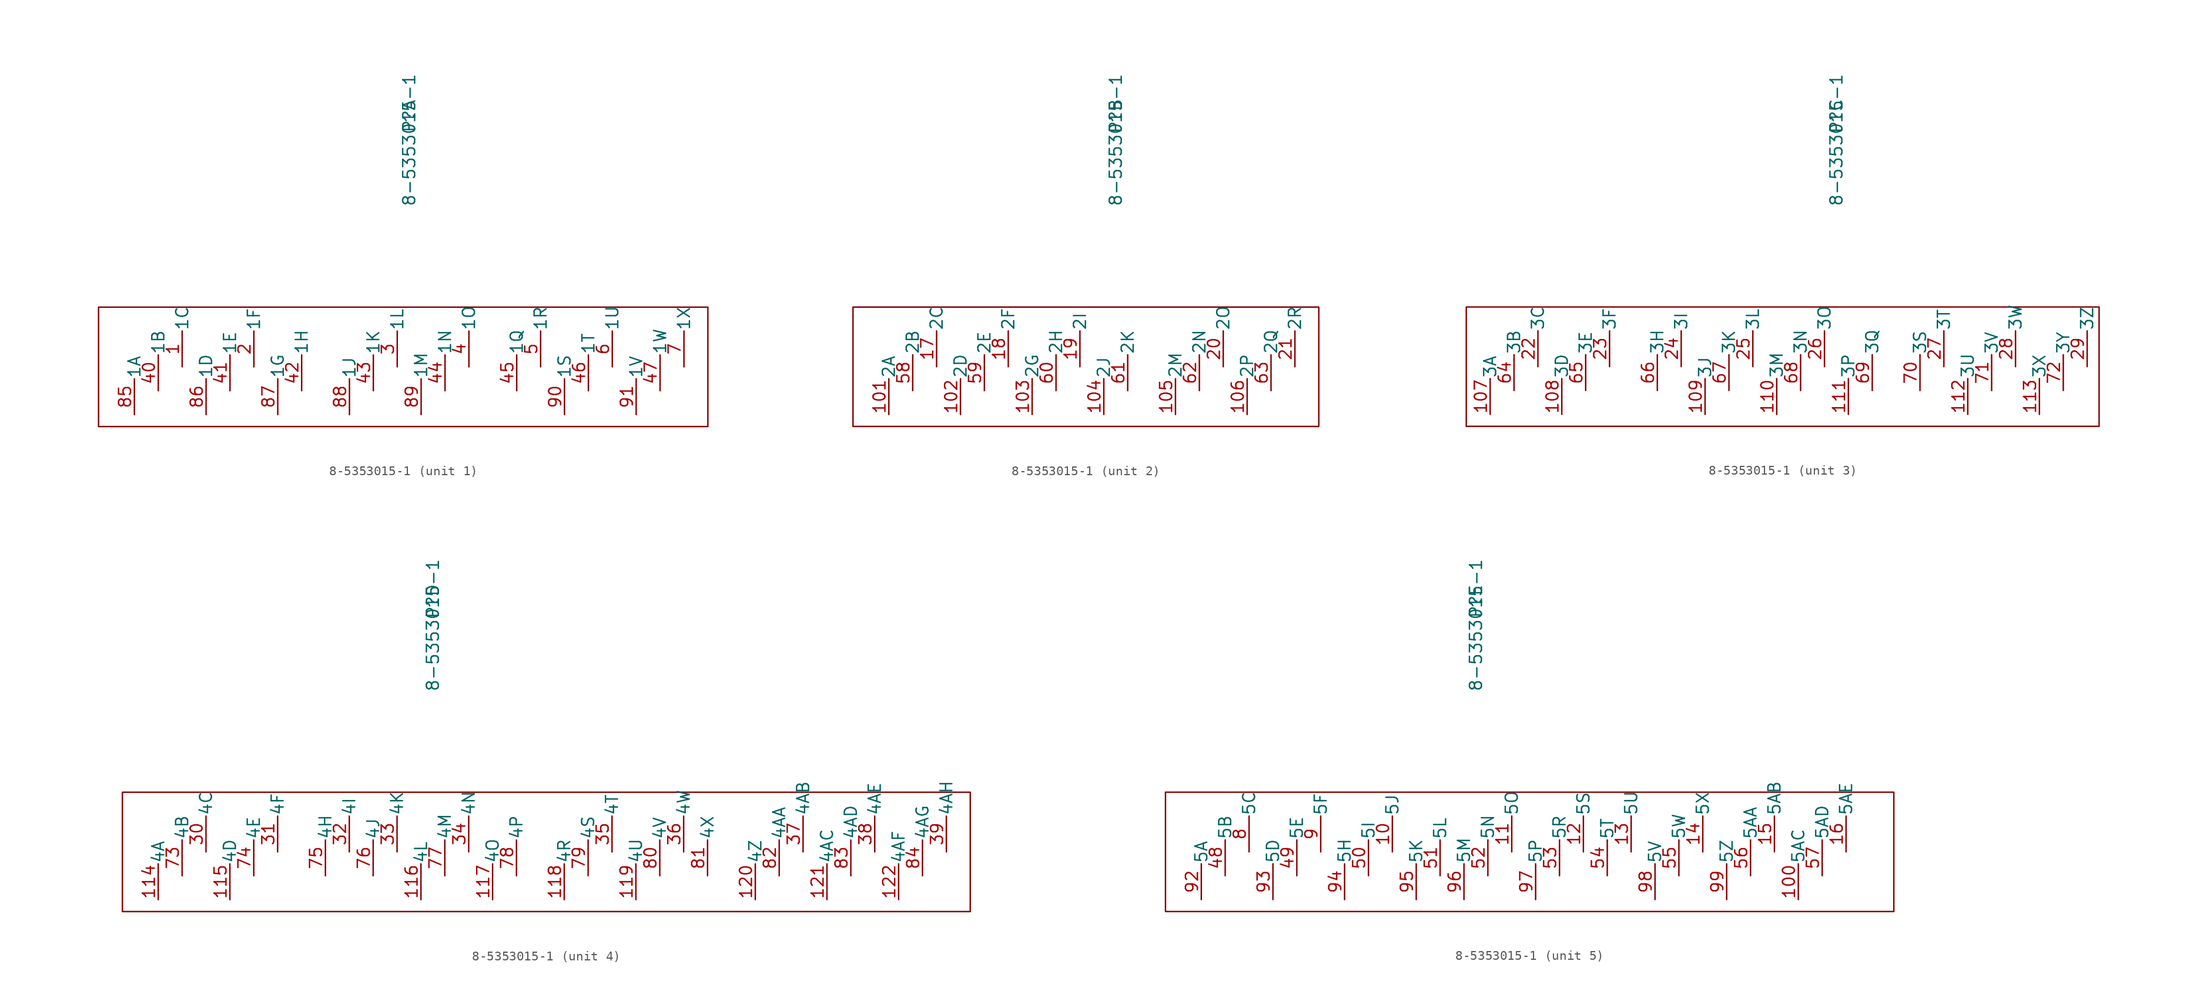
<source format=kicad_sym>
(kicad_symbol_lib
  (version 20211014)
  (generator kicad_symbol_editor)
  (symbol "8-5353015-1"
    (pin_names
      (offset 0.025))
    (property "Reference" "P"
      (at 3.81 22.86 90)
      (effects (font (size 1.27 1.27))))
    (property "Value" "8-5353015-1"
      (at 3.81 20.32 90)
      (effects (font (size 1.27 1.27))))
    (symbol "8-5353015-1_1_0"
      (rectangle (start -29.21 2.54) (end 35.56 -10.16) (stroke (width 0) (type default) (color 0 0 0 0)) (fill (type none))))
    (symbol "8-5353015-1_1_1"
      (pin passive line (at -20.32 -3.81 90) (length 3.81) (name "1C" (effects (font (size 1.27 1.27)))) (number "1" (effects (font (size 1.27 1.27)))))
      (pin passive line (at -12.7 -3.81 90) (length 3.81) (name "1F" (effects (font (size 1.27 1.27)))) (number "2" (effects (font (size 1.27 1.27)))))
      (pin passive line (at 2.54 -3.81 90) (length 3.81) (name "1L" (effects (font (size 1.27 1.27)))) (number "3" (effects (font (size 1.27 1.27)))))
      (pin passive line (at 10.16 -3.81 90) (length 3.81) (name "1O" (effects (font (size 1.27 1.27)))) (number "4" (effects (font (size 1.27 1.27)))))
      (pin passive line (at -22.86 -6.35 90) (length 3.81) (name "1B" (effects (font (size 1.27 1.27)))) (number "40" (effects (font (size 1.27 1.27)))))
      (pin passive line (at -15.24 -6.35 90) (length 3.81) (name "1E" (effects (font (size 1.27 1.27)))) (number "41" (effects (font (size 1.27 1.27)))))
      (pin passive line (at -7.62 -6.35 90) (length 3.81) (name "1H" (effects (font (size 1.27 1.27)))) (number "42" (effects (font (size 1.27 1.27)))))
      (pin passive line (at 0 -6.35 90) (length 3.81) (name "1K" (effects (font (size 1.27 1.27)))) (number "43" (effects (font (size 1.27 1.27)))))
      (pin passive line (at 7.62 -6.35 90) (length 3.81) (name "1N" (effects (font (size 1.27 1.27)))) (number "44" (effects (font (size 1.27 1.27)))))
      (pin passive line (at 15.24 -6.35 90) (length 3.81) (name "1Q" (effects (font (size 1.27 1.27)))) (number "45" (effects (font (size 1.27 1.27)))))
      (pin passive line (at 22.86 -6.35 90) (length 3.81) (name "1T" (effects (font (size 1.27 1.27)))) (number "46" (effects (font (size 1.27 1.27)))))
      (pin passive line (at 30.48 -6.35 90) (length 3.81) (name "1W" (effects (font (size 1.27 1.27)))) (number "47" (effects (font (size 1.27 1.27)))))
      (pin passive line (at 17.78 -3.81 90) (length 3.81) (name "1R" (effects (font (size 1.27 1.27)))) (number "5" (effects (font (size 1.27 1.27)))))
      (pin passive line (at 25.4 -3.81 90) (length 3.81) (name "1U" (effects (font (size 1.27 1.27)))) (number "6" (effects (font (size 1.27 1.27)))))
      (pin passive line (at 33.02 -3.81 90) (length 3.81) (name "1X" (effects (font (size 1.27 1.27)))) (number "7" (effects (font (size 1.27 1.27)))))
      (pin passive line (at -25.4 -8.89 90) (length 3.81) (name "1A" (effects (font (size 1.27 1.27)))) (number "85" (effects (font (size 1.27 1.27)))))
      (pin passive line (at -17.78 -8.89 90) (length 3.81) (name "1D" (effects (font (size 1.27 1.27)))) (number "86" (effects (font (size 1.27 1.27)))))
      (pin passive line (at -10.16 -8.89 90) (length 3.81) (name "1G" (effects (font (size 1.27 1.27)))) (number "87" (effects (font (size 1.27 1.27)))))
      (pin passive line (at -2.54 -8.89 90) (length 3.81) (name "1J" (effects (font (size 1.27 1.27)))) (number "88" (effects (font (size 1.27 1.27)))))
      (pin passive line (at 5.08 -8.89 90) (length 3.81) (name "1M" (effects (font (size 1.27 1.27)))) (number "89" (effects (font (size 1.27 1.27)))))
      (pin passive line (at 20.32 -8.89 90) (length 3.81) (name "1S" (effects (font (size 1.27 1.27)))) (number "90" (effects (font (size 1.27 1.27)))))
      (pin passive line (at 27.94 -8.89 90) (length 3.81) (name "1V" (effects (font (size 1.27 1.27)))) (number "91" (effects (font (size 1.27 1.27))))))
    (symbol "8-5353015-1_2_0"
      (rectangle (start -24.13 2.54) (end 25.4 -10.16) (stroke (width 0) (type default) (color 0 0 0 0)) (fill (type none))))
    (symbol "8-5353015-1_2_1"
      (pin passive line (at -20.32 -8.89 90) (length 3.81) (name "2A" (effects (font (size 1.27 1.27)))) (number "101" (effects (font (size 1.27 1.27)))))
      (pin passive line (at -12.7 -8.89 90) (length 3.81) (name "2D" (effects (font (size 1.27 1.27)))) (number "102" (effects (font (size 1.27 1.27)))))
      (pin passive line (at -5.08 -8.89 90) (length 3.81) (name "2G" (effects (font (size 1.27 1.27)))) (number "103" (effects (font (size 1.27 1.27)))))
      (pin passive line (at 2.54 -8.89 90) (length 3.81) (name "2J" (effects (font (size 1.27 1.27)))) (number "104" (effects (font (size 1.27 1.27)))))
      (pin passive line (at 10.16 -8.89 90) (length 3.81) (name "2M" (effects (font (size 1.27 1.27)))) (number "105" (effects (font (size 1.27 1.27)))))
      (pin passive line (at 17.78 -8.89 90) (length 3.81) (name "2P" (effects (font (size 1.27 1.27)))) (number "106" (effects (font (size 1.27 1.27)))))
      (pin passive line (at -15.24 -3.81 90) (length 3.81) (name "2C" (effects (font (size 1.27 1.27)))) (number "17" (effects (font (size 1.27 1.27)))))
      (pin passive line (at -7.62 -3.81 90) (length 3.81) (name "2F" (effects (font (size 1.27 1.27)))) (number "18" (effects (font (size 1.27 1.27)))))
      (pin passive line (at 0 -3.81 90) (length 3.81) (name "2I" (effects (font (size 1.27 1.27)))) (number "19" (effects (font (size 1.27 1.27)))))
      (pin passive line (at 15.24 -3.81 90) (length 3.81) (name "2O" (effects (font (size 1.27 1.27)))) (number "20" (effects (font (size 1.27 1.27)))))
      (pin passive line (at 22.86 -3.81 90) (length 3.81) (name "2R" (effects (font (size 1.27 1.27)))) (number "21" (effects (font (size 1.27 1.27)))))
      (pin passive line (at -17.78 -6.35 90) (length 3.81) (name "2B" (effects (font (size 1.27 1.27)))) (number "58" (effects (font (size 1.27 1.27)))))
      (pin passive line (at -10.16 -6.35 90) (length 3.81) (name "2E" (effects (font (size 1.27 1.27)))) (number "59" (effects (font (size 1.27 1.27)))))
      (pin passive line (at -2.54 -6.35 90) (length 3.81) (name "2H" (effects (font (size 1.27 1.27)))) (number "60" (effects (font (size 1.27 1.27)))))
      (pin passive line (at 5.08 -6.35 90) (length 3.81) (name "2K" (effects (font (size 1.27 1.27)))) (number "61" (effects (font (size 1.27 1.27)))))
      (pin passive line (at 12.7 -6.35 90) (length 3.81) (name "2N" (effects (font (size 1.27 1.27)))) (number "62" (effects (font (size 1.27 1.27)))))
      (pin passive line (at 20.32 -6.35 90) (length 3.81) (name "2Q" (effects (font (size 1.27 1.27)))) (number "63" (effects (font (size 1.27 1.27))))))
    (symbol "8-5353015-1_3_0"
      (rectangle (start 31.75 -10.16) (end -35.56 2.54) (stroke (width 0) (type default) (color 0 0 0 0)) (fill (type none))))
    (symbol "8-5353015-1_3_1"
      (pin passive line (at -33.02 -8.89 90) (length 3.81) (name "3A" (effects (font (size 1.27 1.27)))) (number "107" (effects (font (size 1.27 1.27)))))
      (pin passive line (at -25.4 -8.89 90) (length 3.81) (name "3D" (effects (font (size 1.27 1.27)))) (number "108" (effects (font (size 1.27 1.27)))))
      (pin passive line (at -10.16 -8.89 90) (length 3.81) (name "3J" (effects (font (size 1.27 1.27)))) (number "109" (effects (font (size 1.27 1.27)))))
      (pin passive line (at -2.54 -8.89 90) (length 3.81) (name "3M" (effects (font (size 1.27 1.27)))) (number "110" (effects (font (size 1.27 1.27)))))
      (pin passive line (at 5.08 -8.89 90) (length 3.81) (name "3P" (effects (font (size 1.27 1.27)))) (number "111" (effects (font (size 1.27 1.27)))))
      (pin passive line (at 17.78 -8.89 90) (length 3.81) (name "3U" (effects (font (size 1.27 1.27)))) (number "112" (effects (font (size 1.27 1.27)))))
      (pin passive line (at 25.4 -8.89 90) (length 3.81) (name "3X" (effects (font (size 1.27 1.27)))) (number "113" (effects (font (size 1.27 1.27)))))
      (pin passive line (at -27.94 -3.81 90) (length 3.81) (name "3C" (effects (font (size 1.27 1.27)))) (number "22" (effects (font (size 1.27 1.27)))))
      (pin passive line (at -20.32 -3.81 90) (length 3.81) (name "3F" (effects (font (size 1.27 1.27)))) (number "23" (effects (font (size 1.27 1.27)))))
      (pin passive line (at -12.7 -3.81 90) (length 3.81) (name "3I" (effects (font (size 1.27 1.27)))) (number "24" (effects (font (size 1.27 1.27)))))
      (pin passive line (at -5.08 -3.81 90) (length 3.81) (name "3L" (effects (font (size 1.27 1.27)))) (number "25" (effects (font (size 1.27 1.27)))))
      (pin passive line (at 2.54 -3.81 90) (length 3.81) (name "3O" (effects (font (size 1.27 1.27)))) (number "26" (effects (font (size 1.27 1.27)))))
      (pin passive line (at 15.24 -3.81 90) (length 3.81) (name "3T" (effects (font (size 1.27 1.27)))) (number "27" (effects (font (size 1.27 1.27)))))
      (pin passive line (at 22.86 -3.81 90) (length 3.81) (name "3W" (effects (font (size 1.27 1.27)))) (number "28" (effects (font (size 1.27 1.27)))))
      (pin passive line (at 30.48 -3.81 90) (length 3.81) (name "3Z" (effects (font (size 1.27 1.27)))) (number "29" (effects (font (size 1.27 1.27)))))
      (pin passive line (at -30.48 -6.35 90) (length 3.81) (name "3B" (effects (font (size 1.27 1.27)))) (number "64" (effects (font (size 1.27 1.27)))))
      (pin passive line (at -22.86 -6.35 90) (length 3.81) (name "3E" (effects (font (size 1.27 1.27)))) (number "65" (effects (font (size 1.27 1.27)))))
      (pin passive line (at -15.24 -6.35 90) (length 3.81) (name "3H" (effects (font (size 1.27 1.27)))) (number "66" (effects (font (size 1.27 1.27)))))
      (pin passive line (at -7.62 -6.35 90) (length 3.81) (name "3K" (effects (font (size 1.27 1.27)))) (number "67" (effects (font (size 1.27 1.27)))))
      (pin passive line (at 0 -6.35 90) (length 3.81) (name "3N" (effects (font (size 1.27 1.27)))) (number "68" (effects (font (size 1.27 1.27)))))
      (pin passive line (at 7.62 -6.35 90) (length 3.81) (name "3Q" (effects (font (size 1.27 1.27)))) (number "69" (effects (font (size 1.27 1.27)))))
      (pin passive line (at 12.7 -6.35 90) (length 3.81) (name "3S" (effects (font (size 1.27 1.27)))) (number "70" (effects (font (size 1.27 1.27)))))
      (pin passive line (at 20.32 -6.35 90) (length 3.81) (name "3V" (effects (font (size 1.27 1.27)))) (number "71" (effects (font (size 1.27 1.27)))))
      (pin passive line (at 27.94 -6.35 90) (length 3.81) (name "3Y" (effects (font (size 1.27 1.27)))) (number "72" (effects (font (size 1.27 1.27))))))
    (symbol "8-5353015-1_4_0"
      (rectangle (start -29.21 2.54) (end 60.96 -10.16) (stroke (width 0) (type default) (color 0 0 0 0)) (fill (type none))))
    (symbol "8-5353015-1_4_1"
      (pin passive line (at -25.4 -8.89 90) (length 3.81) (name "4A" (effects (font (size 1.27 1.27)))) (number "114" (effects (font (size 1.27 1.27)))))
      (pin passive line (at -17.78 -8.89 90) (length 3.81) (name "4D" (effects (font (size 1.27 1.27)))) (number "115" (effects (font (size 1.27 1.27)))))
      (pin passive line (at 2.54 -8.89 90) (length 3.81) (name "4L" (effects (font (size 1.27 1.27)))) (number "116" (effects (font (size 1.27 1.27)))))
      (pin passive line (at 10.16 -8.89 90) (length 3.81) (name "4O" (effects (font (size 1.27 1.27)))) (number "117" (effects (font (size 1.27 1.27)))))
      (pin passive line (at 17.78 -8.89 90) (length 3.81) (name "4R" (effects (font (size 1.27 1.27)))) (number "118" (effects (font (size 1.27 1.27)))))
      (pin passive line (at 25.4 -8.89 90) (length 3.81) (name "4U" (effects (font (size 1.27 1.27)))) (number "119" (effects (font (size 1.27 1.27)))))
      (pin passive line (at 38.1 -8.89 90) (length 3.81) (name "4Z" (effects (font (size 1.27 1.27)))) (number "120" (effects (font (size 1.27 1.27)))))
      (pin passive line (at 45.72 -8.89 90) (length 3.81) (name "4AC" (effects (font (size 1.27 1.27)))) (number "121" (effects (font (size 1.27 1.27)))))
      (pin passive line (at 53.34 -8.89 90) (length 3.81) (name "4AF" (effects (font (size 1.27 1.27)))) (number "122" (effects (font (size 1.27 1.27)))))
      (pin passive line (at -20.32 -3.81 90) (length 3.81) (name "4C" (effects (font (size 1.27 1.27)))) (number "30" (effects (font (size 1.27 1.27)))))
      (pin passive line (at -12.7 -3.81 90) (length 3.81) (name "4F" (effects (font (size 1.27 1.27)))) (number "31" (effects (font (size 1.27 1.27)))))
      (pin passive line (at -5.08 -3.81 90) (length 3.81) (name "4I" (effects (font (size 1.27 1.27)))) (number "32" (effects (font (size 1.27 1.27)))))
      (pin passive line (at 0 -3.81 90) (length 3.81) (name "4K" (effects (font (size 1.27 1.27)))) (number "33" (effects (font (size 1.27 1.27)))))
      (pin passive line (at 7.62 -3.81 90) (length 3.81) (name "4N" (effects (font (size 1.27 1.27)))) (number "34" (effects (font (size 1.27 1.27)))))
      (pin passive line (at 22.86 -3.81 90) (length 3.81) (name "4T" (effects (font (size 1.27 1.27)))) (number "35" (effects (font (size 1.27 1.27)))))
      (pin passive line (at 30.48 -3.81 90) (length 3.81) (name "4W" (effects (font (size 1.27 1.27)))) (number "36" (effects (font (size 1.27 1.27)))))
      (pin passive line (at 43.18 -3.81 90) (length 3.81) (name "4AB" (effects (font (size 1.27 1.27)))) (number "37" (effects (font (size 1.27 1.27)))))
      (pin passive line (at 50.8 -3.81 90) (length 3.81) (name "4AE" (effects (font (size 1.27 1.27)))) (number "38" (effects (font (size 1.27 1.27)))))
      (pin passive line (at 58.42 -3.81 90) (length 3.81) (name "4AH" (effects (font (size 1.27 1.27)))) (number "39" (effects (font (size 1.27 1.27)))))
      (pin passive line (at -22.86 -6.35 90) (length 3.81) (name "4B" (effects (font (size 1.27 1.27)))) (number "73" (effects (font (size 1.27 1.27)))))
      (pin passive line (at -15.24 -6.35 90) (length 3.81) (name "4E" (effects (font (size 1.27 1.27)))) (number "74" (effects (font (size 1.27 1.27)))))
      (pin passive line (at -7.62 -6.35 90) (length 3.81) (name "4H" (effects (font (size 1.27 1.27)))) (number "75" (effects (font (size 1.27 1.27)))))
      (pin passive line (at -2.54 -6.35 90) (length 3.81) (name "4J" (effects (font (size 1.27 1.27)))) (number "76" (effects (font (size 1.27 1.27)))))
      (pin passive line (at 5.08 -6.35 90) (length 3.81) (name "4M" (effects (font (size 1.27 1.27)))) (number "77" (effects (font (size 1.27 1.27)))))
      (pin passive line (at 12.7 -6.35 90) (length 3.81) (name "4P" (effects (font (size 1.27 1.27)))) (number "78" (effects (font (size 1.27 1.27)))))
      (pin passive line (at 20.32 -6.35 90) (length 3.81) (name "4S" (effects (font (size 1.27 1.27)))) (number "79" (effects (font (size 1.27 1.27)))))
      (pin passive line (at 27.94 -6.35 90) (length 3.81) (name "4V" (effects (font (size 1.27 1.27)))) (number "80" (effects (font (size 1.27 1.27)))))
      (pin passive line (at 33.02 -6.35 90) (length 3.81) (name "4X" (effects (font (size 1.27 1.27)))) (number "81" (effects (font (size 1.27 1.27)))))
      (pin passive line (at 40.64 -6.35 90) (length 3.81) (name "4AA" (effects (font (size 1.27 1.27)))) (number "82" (effects (font (size 1.27 1.27)))))
      (pin passive line (at 48.26 -6.35 90) (length 3.81) (name "4AD" (effects (font (size 1.27 1.27)))) (number "83" (effects (font (size 1.27 1.27)))))
      (pin passive line (at 55.88 -6.35 90) (length 3.81) (name "4AG" (effects (font (size 1.27 1.27)))) (number "84" (effects (font (size 1.27 1.27))))))
    (symbol "8-5353015-1_5_0"
      (rectangle (start -29.21 2.54) (end 48.26 -10.16) (stroke (width 0) (type default) (color 0 0 0 0)) (fill (type none))))
    (symbol "8-5353015-1_5_1"
      (pin passive line (at -5.08 -3.81 90) (length 3.81) (name "5J" (effects (font (size 1.27 1.27)))) (number "10" (effects (font (size 1.27 1.27)))))
      (pin passive line (at 38.1 -8.89 90) (length 3.81) (name "5AC" (effects (font (size 1.27 1.27)))) (number "100" (effects (font (size 1.27 1.27)))))
      (pin passive line (at 7.62 -3.81 90) (length 3.81) (name "5O" (effects (font (size 1.27 1.27)))) (number "11" (effects (font (size 1.27 1.27)))))
      (pin passive line (at 15.24 -3.81 90) (length 3.81) (name "5S" (effects (font (size 1.27 1.27)))) (number "12" (effects (font (size 1.27 1.27)))))
      (pin passive line (at 20.32 -3.81 90) (length 3.81) (name "5U" (effects (font (size 1.27 1.27)))) (number "13" (effects (font (size 1.27 1.27)))))
      (pin passive line (at 27.94 -3.81 90) (length 3.81) (name "5X" (effects (font (size 1.27 1.27)))) (number "14" (effects (font (size 1.27 1.27)))))
      (pin passive line (at 35.56 -3.81 90) (length 3.81) (name "5AB" (effects (font (size 1.27 1.27)))) (number "15" (effects (font (size 1.27 1.27)))))
      (pin passive line (at 43.18 -3.81 90) (length 3.81) (name "5AE" (effects (font (size 1.27 1.27)))) (number "16" (effects (font (size 1.27 1.27)))))
      (pin passive line (at -22.86 -6.35 90) (length 3.81) (name "5B" (effects (font (size 1.27 1.27)))) (number "48" (effects (font (size 1.27 1.27)))))
      (pin passive line (at -15.24 -6.35 90) (length 3.81) (name "5E" (effects (font (size 1.27 1.27)))) (number "49" (effects (font (size 1.27 1.27)))))
      (pin passive line (at -7.62 -6.35 90) (length 3.81) (name "5I" (effects (font (size 1.27 1.27)))) (number "50" (effects (font (size 1.27 1.27)))))
      (pin passive line (at 0 -6.35 90) (length 3.81) (name "5L" (effects (font (size 1.27 1.27)))) (number "51" (effects (font (size 1.27 1.27)))))
      (pin passive line (at 5.08 -6.35 90) (length 3.81) (name "5N" (effects (font (size 1.27 1.27)))) (number "52" (effects (font (size 1.27 1.27)))))
      (pin passive line (at 12.7 -6.35 90) (length 3.81) (name "5R" (effects (font (size 1.27 1.27)))) (number "53" (effects (font (size 1.27 1.27)))))
      (pin passive line (at 17.78 -6.35 90) (length 3.81) (name "5T" (effects (font (size 1.27 1.27)))) (number "54" (effects (font (size 1.27 1.27)))))
      (pin passive line (at 25.4 -6.35 90) (length 3.81) (name "5W" (effects (font (size 1.27 1.27)))) (number "55" (effects (font (size 1.27 1.27)))))
      (pin passive line (at 33.02 -6.35 90) (length 3.81) (name "5AA" (effects (font (size 1.27 1.27)))) (number "56" (effects (font (size 1.27 1.27)))))
      (pin passive line (at 40.64 -6.35 90) (length 3.81) (name "5AD" (effects (font (size 1.27 1.27)))) (number "57" (effects (font (size 1.27 1.27)))))
      (pin passive line (at -20.32 -3.81 90) (length 3.81) (name "5C" (effects (font (size 1.27 1.27)))) (number "8" (effects (font (size 1.27 1.27)))))
      (pin passive line (at -12.7 -3.81 90) (length 3.81) (name "5F" (effects (font (size 1.27 1.27)))) (number "9" (effects (font (size 1.27 1.27)))))
      (pin passive line (at -25.4 -8.89 90) (length 3.81) (name "5A" (effects (font (size 1.27 1.27)))) (number "92" (effects (font (size 1.27 1.27)))))
      (pin passive line (at -17.78 -8.89 90) (length 3.81) (name "5D" (effects (font (size 1.27 1.27)))) (number "93" (effects (font (size 1.27 1.27)))))
      (pin passive line (at -10.16 -8.89 90) (length 3.81) (name "5H" (effects (font (size 1.27 1.27)))) (number "94" (effects (font (size 1.27 1.27)))))
      (pin passive line (at -2.54 -8.89 90) (length 3.81) (name "5K" (effects (font (size 1.27 1.27)))) (number "95" (effects (font (size 1.27 1.27)))))
      (pin passive line (at 2.54 -8.89 90) (length 3.81) (name "5M" (effects (font (size 1.27 1.27)))) (number "96" (effects (font (size 1.27 1.27)))))
      (pin passive line (at 10.16 -8.89 90) (length 3.81) (name "5P" (effects (font (size 1.27 1.27)))) (number "97" (effects (font (size 1.27 1.27)))))
      (pin passive line (at 22.86 -8.89 90) (length 3.81) (name "5V" (effects (font (size 1.27 1.27)))) (number "98" (effects (font (size 1.27 1.27)))))
      (pin passive line (at 30.48 -8.89 90) (length 3.81) (name "5Z" (effects (font (size 1.27 1.27)))) (number "99" (effects (font (size 1.27 1.27))))))))
</source>
